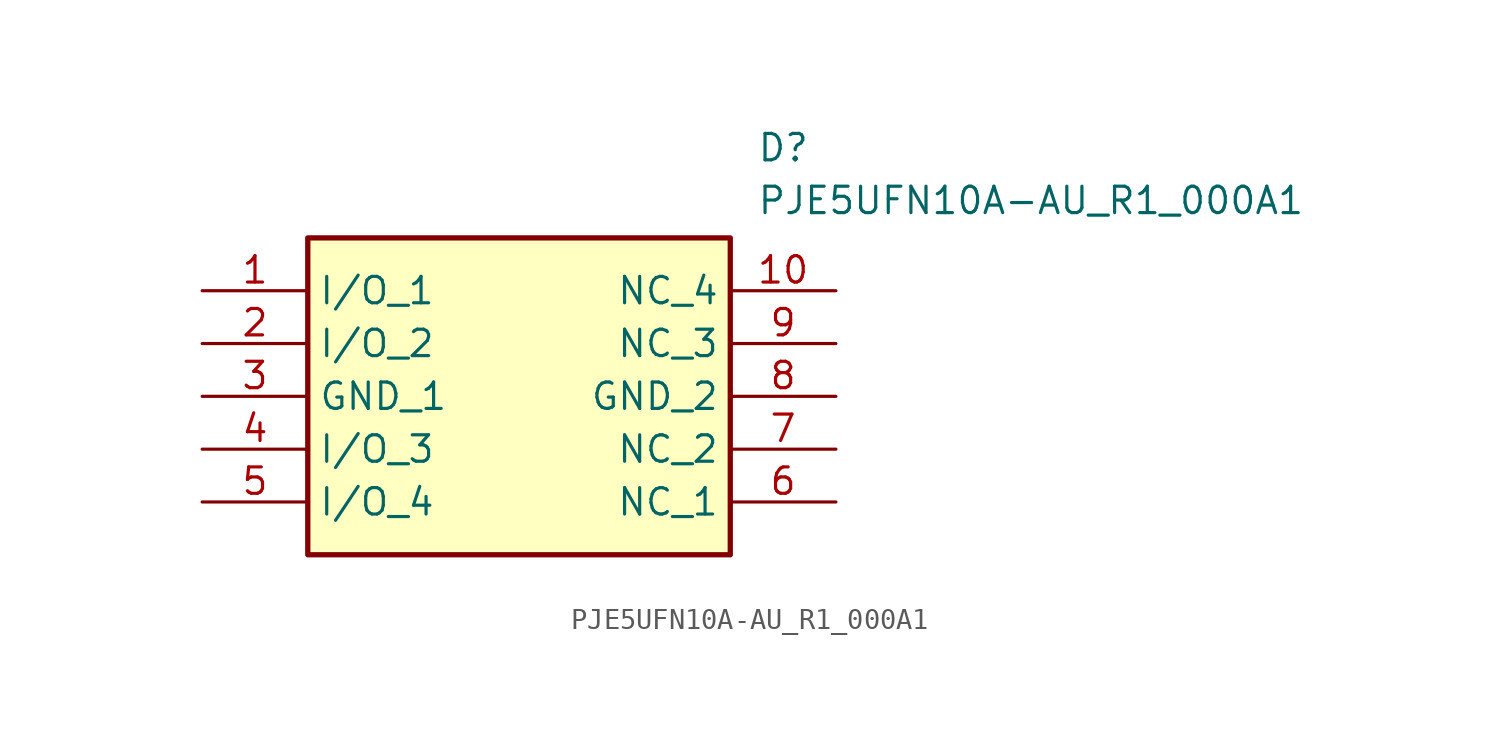
<source format=kicad_sym>
(kicad_symbol_lib
  (version 20211014)
  (generator SamacSys_ECAD_Model)
  (symbol "PJE5UFN10A-AU_R1_000A1"
    (property "Reference" "D"
      (at 26.67 7.62 0)
      (effects (font (size 1.27 1.27)) (justify left top)))
    (property "Value" "PJE5UFN10A-AU_R1_000A1"
      (at 26.67 5.08 0)
      (effects (font (size 1.27 1.27)) (justify left top)))
    (rectangle
      (start 5.08 2.54)
      (end 25.4 -12.7)
      (stroke (width 0.254) (type default))
      (fill (type background)))
    (pin passive line
      (at 0 0 0)
      (length 5.08)
      (name "I/O_1" (effects (font (size 1.27 1.27))))
      (number "1" (effects (font (size 1.27 1.27)))))
    (pin passive line
      (at 0 -2.54 0)
      (length 5.08)
      (name "I/O_2" (effects (font (size 1.27 1.27))))
      (number "2" (effects (font (size 1.27 1.27)))))
    (pin passive line
      (at 0 -5.08 0)
      (length 5.08)
      (name "GND_1" (effects (font (size 1.27 1.27))))
      (number "3" (effects (font (size 1.27 1.27)))))
    (pin passive line
      (at 0 -7.62 0)
      (length 5.08)
      (name "I/O_3" (effects (font (size 1.27 1.27))))
      (number "4" (effects (font (size 1.27 1.27)))))
    (pin passive line
      (at 0 -10.16 0)
      (length 5.08)
      (name "I/O_4" (effects (font (size 1.27 1.27))))
      (number "5" (effects (font (size 1.27 1.27)))))
    (pin passive line
      (at 30.48 -10.16 180)
      (length 5.08)
      (name "NC_1" (effects (font (size 1.27 1.27))))
      (number "6" (effects (font (size 1.27 1.27)))))
    (pin passive line
      (at 30.48 -7.62 180)
      (length 5.08)
      (name "NC_2" (effects (font (size 1.27 1.27))))
      (number "7" (effects (font (size 1.27 1.27)))))
    (pin passive line
      (at 30.48 -5.08 180)
      (length 5.08)
      (name "GND_2" (effects (font (size 1.27 1.27))))
      (number "8" (effects (font (size 1.27 1.27)))))
    (pin passive line
      (at 30.48 -2.54 180)
      (length 5.08)
      (name "NC_3" (effects (font (size 1.27 1.27))))
      (number "9" (effects (font (size 1.27 1.27)))))
    (pin passive line
      (at 30.48 0 180)
      (length 5.08)
      (name "NC_4" (effects (font (size 1.27 1.27))))
      (number "10" (effects (font (size 1.27 1.27)))))))
</source>
